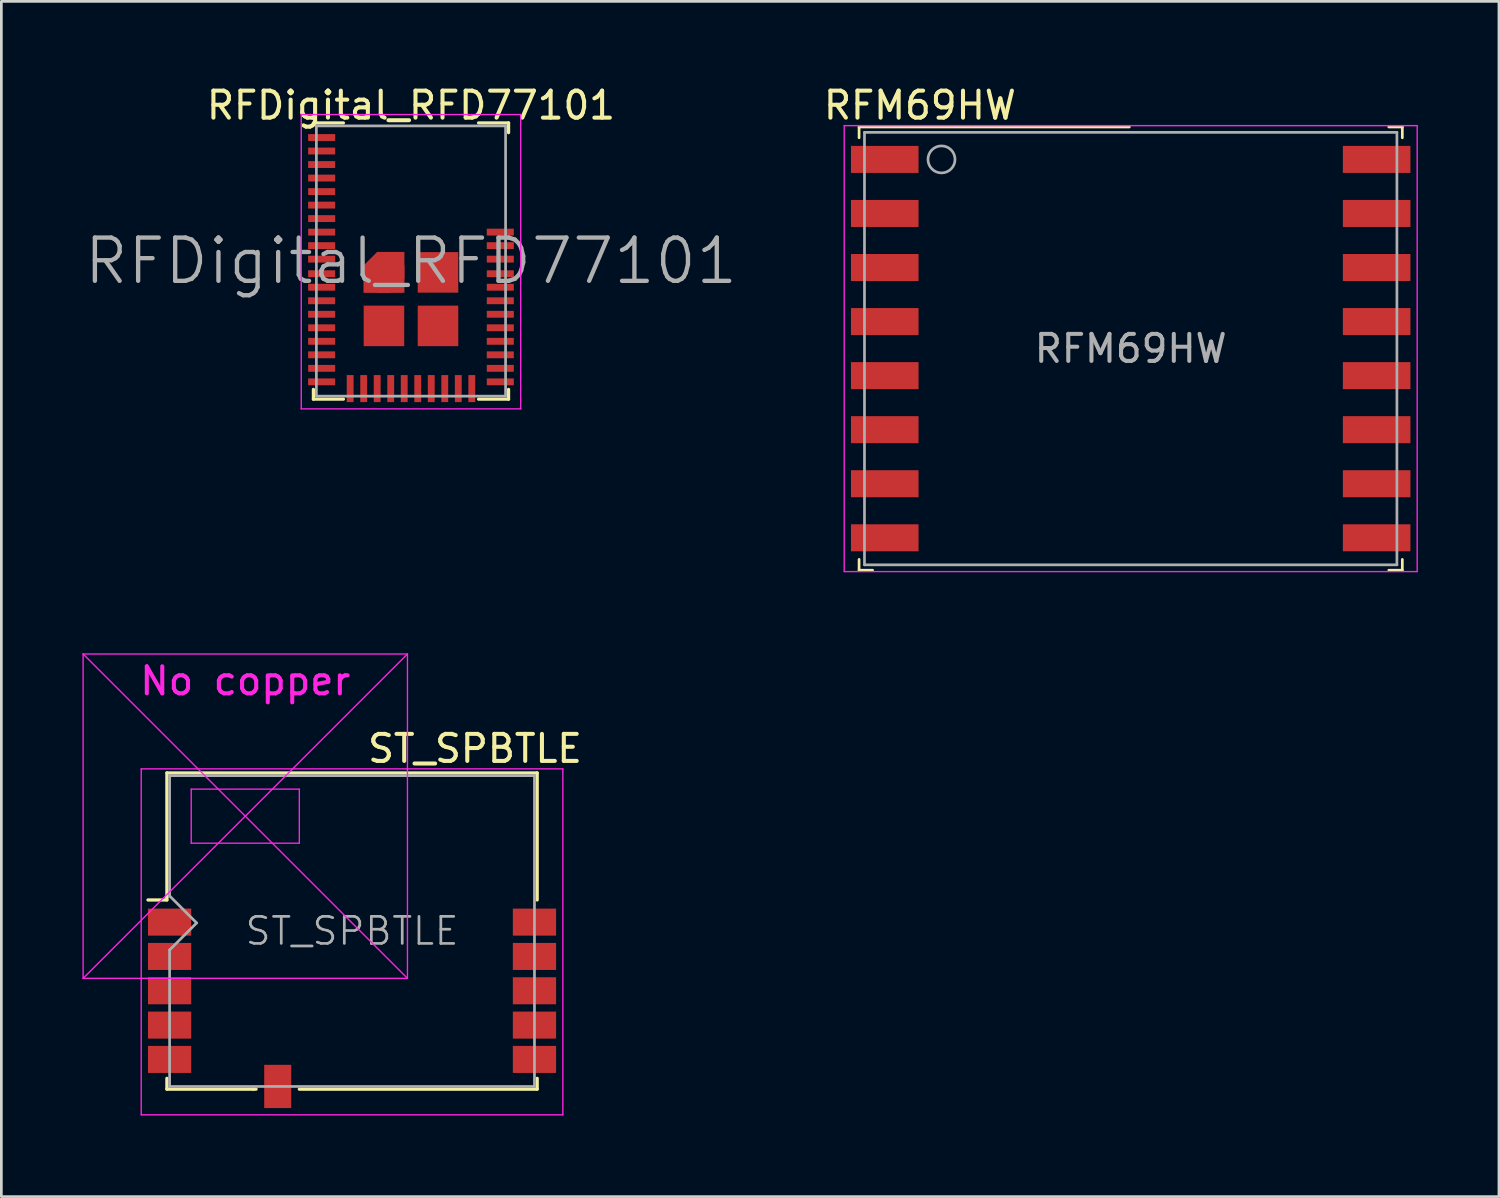
<source format=kicad_pcb>
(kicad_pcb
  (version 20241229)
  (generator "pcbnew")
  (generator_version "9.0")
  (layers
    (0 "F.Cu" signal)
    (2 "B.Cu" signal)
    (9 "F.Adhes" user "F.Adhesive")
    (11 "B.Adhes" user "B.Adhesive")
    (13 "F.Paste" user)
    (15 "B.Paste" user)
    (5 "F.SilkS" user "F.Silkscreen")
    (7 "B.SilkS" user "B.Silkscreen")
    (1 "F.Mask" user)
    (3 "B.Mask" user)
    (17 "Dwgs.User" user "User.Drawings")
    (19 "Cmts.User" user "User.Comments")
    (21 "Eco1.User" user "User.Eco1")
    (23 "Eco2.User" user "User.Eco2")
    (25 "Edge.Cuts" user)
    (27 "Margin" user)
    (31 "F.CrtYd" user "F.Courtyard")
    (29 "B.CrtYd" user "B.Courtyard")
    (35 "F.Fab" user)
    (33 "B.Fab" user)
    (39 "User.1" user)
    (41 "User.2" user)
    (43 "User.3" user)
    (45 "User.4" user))
  (footprint "ST_SPBTLE"
    (layer "F.Cu")
    (at 9.975 31.398)
    (property "Reference" "ST_SPBTLE" (at 4.55 -6.75 0) (layer "F.SilkS") (effects (font (size 1 1) (thickness 0.15))))
    (attr smd)
    (fp_line (start -6.85 -5.85) (end 6.85 -5.85) (stroke (width 0.12) (type solid)) (layer "F.SilkS"))
    (fp_line (start -6.85 -1.25) (end -6.85 -5.85) (stroke (width 0.12) (type solid)) (layer "F.SilkS"))
    (fp_line (start -6.85 -1.25) (end -6.85 -1.15) (stroke (width 0.12) (type solid)) (layer "F.SilkS"))
    (fp_line (start -6.85 -1.15) (end -7.55 -1.15) (stroke (width 0.12) (type solid)) (layer "F.SilkS"))
    (fp_line (start -6.85 5.45) (end -6.85 5.85) (stroke (width 0.12) (type solid)) (layer "F.SilkS"))
    (fp_line (start -6.85 5.85) (end -3.65 5.85) (stroke (width 0.12) (type solid)) (layer "F.SilkS"))
    (fp_line (start -3.65 5.85) (end -3.55 5.85) (stroke (width 0.12) (type solid)) (layer "F.SilkS"))
    (fp_line (start -1.95 5.85) (end 6.85 5.85) (stroke (width 0.12) (type solid)) (layer "F.SilkS"))
    (fp_line (start 6.85 -5.85) (end 6.85 -1.15) (stroke (width 0.12) (type solid)) (layer "F.SilkS"))
    (fp_line (start 6.85 5.85) (end 6.85 5.45) (stroke (width 0.12) (type solid)) (layer "F.SilkS"))
    (fp_line (start -9.95 -10.25) (end 2.05 1.75) (stroke (width 0.05) (type solid)) (layer "F.CrtYd"))
    (fp_line (start -9.95 1.75) (end -9.95 -10.25) (stroke (width 0.05) (type solid)) (layer "F.CrtYd"))
    (fp_line (start -7.8 6.8) (end -7.8 -6) (stroke (width 0.05) (type solid)) (layer "F.CrtYd"))
    (fp_line (start -7.8 6.8) (end 7.8 6.8) (stroke (width 0.05) (type solid)) (layer "F.CrtYd"))
    (fp_line (start -5.95 -5.25) (end -1.95 -5.25) (stroke (width 0.05) (type solid)) (layer "F.CrtYd"))
    (fp_line (start -5.95 -3.25) (end -5.95 -5.25) (stroke (width 0.05) (type solid)) (layer "F.CrtYd"))
    (fp_line (start -1.95 -5.25) (end -1.95 -3.25) (stroke (width 0.05) (type solid)) (layer "F.CrtYd"))
    (fp_line (start -1.95 -3.25) (end -5.95 -3.25) (stroke (width 0.05) (type solid)) (layer "F.CrtYd"))
    (fp_line (start 2.05 -10.25) (end -9.95 -10.25) (stroke (width 0.05) (type solid)) (layer "F.CrtYd"))
    (fp_line (start 2.05 -10.25) (end -9.95 1.75) (stroke (width 0.05) (type solid)) (layer "F.CrtYd"))
    (fp_line (start 2.05 -10.25) (end 2.05 1.75) (stroke (width 0.05) (type solid)) (layer "F.CrtYd"))
    (fp_line (start 2.05 1.75) (end -9.95 1.75) (stroke (width 0.05) (type solid)) (layer "F.CrtYd"))
    (fp_line (start 7.8 -6) (end -7.8 -6) (stroke (width 0.05) (type solid)) (layer "F.CrtYd"))
    (fp_line (start 7.8 -6) (end 7.8 6.8) (stroke (width 0.05) (type solid)) (layer "F.CrtYd"))
    (fp_line (start -6.75 -5.75) (end -6.75 -1.3) (stroke (width 0.1) (type solid)) (layer "F.Fab"))
    (fp_line (start -6.75 0.7) (end -6.75 5.75) (stroke (width 0.1) (type solid)) (layer "F.Fab"))
    (fp_line (start -6.75 0.7) (end -5.75 -0.3) (stroke (width 0.1) (type solid)) (layer "F.Fab"))
    (fp_line (start -6.75 5.75) (end 6.75 5.75) (stroke (width 0.1) (type solid)) (layer "F.Fab"))
    (fp_line (start -5.75 -0.3) (end -6.75 -1.3) (stroke (width 0.1) (type solid)) (layer "F.Fab"))
    (fp_line (start 6.75 -5.75) (end -6.75 -5.75) (stroke (width 0.1) (type solid)) (layer "F.Fab"))
    (fp_line (start 6.75 5.75) (end 6.75 -5.75) (stroke (width 0.1) (type solid)) (layer "F.Fab"))
    (fp_text user "No copper" (at -3.95 -9.25 0) (layer "F.CrtYd") (effects (font (size 1 1) (thickness 0.15))))
    (fp_text user "${REFERENCE}" (at 0 0 0) (layer "F.Fab") (effects (font (size 1 1) (thickness 0.1))))
    (pad "1" smd rect (at -6.75 -0.33) (size 1.6 1) (layers "F.Cu" "F.Mask" "F.Paste"))
    (pad "2" smd rect (at -6.75 0.94) (size 1.6 1) (layers "F.Cu" "F.Mask" "F.Paste"))
    (pad "3" smd rect (at -6.75 2.21) (size 1.6 1) (layers "F.Cu" "F.Mask" "F.Paste"))
    (pad "4" smd rect (at -6.75 3.48) (size 1.6 1) (layers "F.Cu" "F.Mask" "F.Paste"))
    (pad "5" smd rect (at -6.75 4.75) (size 1.6 1) (layers "F.Cu" "F.Mask" "F.Paste"))
    (pad "6" smd rect (at -2.75 5.75 90) (size 1.6 1) (layers "F.Cu" "F.Mask" "F.Paste"))
    (pad "7" smd rect (at 6.75 4.75) (size 1.6 1) (layers "F.Cu" "F.Mask" "F.Paste"))
    (pad "8" smd rect (at 6.75 3.48) (size 1.6 1) (layers "F.Cu" "F.Mask" "F.Paste"))
    (pad "9" smd rect (at 6.75 2.21) (size 1.6 1) (layers "F.Cu" "F.Mask" "F.Paste"))
    (pad "10" smd rect (at 6.75 0.94) (size 1.6 1) (layers "F.Cu" "F.Mask" "F.Paste"))
    (pad "11" smd rect (at 6.75 -0.33) (size 1.6 1) (layers "F.Cu" "F.Mask" "F.Paste")))
  (footprint "RFM69HW"
    (layer "F.Cu")
    (at 38.785 9.848)
    (property "Reference" "RFM69HW" (at -7.8 -9 0) (layer "F.SilkS") (effects (font (size 1 1) (thickness 0.15))))
    (attr smd)
    (fp_line (start -10.05 -8.2) (end -10.05 -7.8) (stroke (width 0.1) (type solid)) (layer "F.SilkS"))
    (fp_line (start -10.05 -8.2) (end -0.05 -8.2) (stroke (width 0.1) (type solid)) (layer "F.SilkS"))
    (fp_line (start -10.05 7.8) (end -10.05 8.2) (stroke (width 0.1) (type solid)) (layer "F.SilkS"))
    (fp_line (start -10.05 8.2) (end -9.55 8.2) (stroke (width 0.1) (type solid)) (layer "F.SilkS"))
    (fp_line (start 9.55 -8.2) (end 10.05 -8.2) (stroke (width 0.1) (type solid)) (layer "F.SilkS"))
    (fp_line (start 9.55 8.2) (end 10.05 8.2) (stroke (width 0.1) (type solid)) (layer "F.SilkS"))
    (fp_line (start 10.05 -8.2) (end 10.05 -7.8) (stroke (width 0.1) (type solid)) (layer "F.SilkS"))
    (fp_line (start 10.05 7.8) (end 10.05 8.2) (stroke (width 0.1) (type solid)) (layer "F.SilkS"))
    (fp_line (start -10.6 -8.25) (end 10.6 -8.25) (stroke (width 0.05) (type solid)) (layer "F.CrtYd"))
    (fp_line (start -10.6 8.25) (end -10.6 -8.25) (stroke (width 0.05) (type solid)) (layer "F.CrtYd"))
    (fp_line (start 10.6 -8.25) (end 10.6 8.25) (stroke (width 0.05) (type solid)) (layer "F.CrtYd"))
    (fp_line (start 10.6 8.25) (end -10.6 8.25) (stroke (width 0.05) (type solid)) (layer "F.CrtYd"))
    (fp_line (start -9.85 -8) (end 9.85 -8) (stroke (width 0.1) (type solid)) (layer "F.Fab"))
    (fp_line (start -9.85 8) (end -9.85 -8) (stroke (width 0.1) (type solid)) (layer "F.Fab"))
    (fp_line (start 9.85 -8) (end 9.85 8) (stroke (width 0.1) (type solid)) (layer "F.Fab"))
    (fp_line (start 9.85 8) (end -9.85 8) (stroke (width 0.1) (type solid)) (layer "F.Fab"))
    (fp_circle (center -7 -7) (end -7.5 -7) (stroke (width 0.1) (type solid)) (fill no) (layer "F.Fab"))
    (fp_text user "${REFERENCE}" (at 0 0 0) (layer "F.Fab") (effects (font (size 1 1) (thickness 0.15))))
    (pad "1" smd rect (at -9.1 -7) (size 2.5 1) (layers "F.Cu" "F.Mask" "F.Paste"))
    (pad "2" smd rect (at -9.1 -5) (size 2.5 1) (layers "F.Cu" "F.Mask" "F.Paste"))
    (pad "3" smd rect (at -9.1 -3) (size 2.5 1) (layers "F.Cu" "F.Mask" "F.Paste"))
    (pad "4" smd rect (at -9.1 -1) (size 2.5 1) (layers "F.Cu" "F.Mask" "F.Paste"))
    (pad "5" smd rect (at -9.1 1) (size 2.5 1) (layers "F.Cu" "F.Mask" "F.Paste"))
    (pad "6" smd rect (at -9.1 3) (size 2.5 1) (layers "F.Cu" "F.Mask" "F.Paste"))
    (pad "7" smd rect (at -9.1 5) (size 2.5 1) (layers "F.Cu" "F.Mask" "F.Paste"))
    (pad "8" smd rect (at -9.1 7) (size 2.5 1) (layers "F.Cu" "F.Mask" "F.Paste"))
    (pad "9" smd rect (at 9.1 7) (size 2.5 1) (layers "F.Cu" "F.Mask" "F.Paste"))
    (pad "10" smd rect (at 9.1 5) (size 2.5 1) (layers "F.Cu" "F.Mask" "F.Paste"))
    (pad "11" smd rect (at 9.1 3) (size 2.5 1) (layers "F.Cu" "F.Mask" "F.Paste"))
    (pad "12" smd rect (at 9.1 1) (size 2.5 1) (layers "F.Cu" "F.Mask" "F.Paste"))
    (pad "13" smd rect (at 9.1 -1) (size 2.5 1) (layers "F.Cu" "F.Mask" "F.Paste"))
    (pad "14" smd rect (at 9.1 -3) (size 2.5 1) (layers "F.Cu" "F.Mask" "F.Paste"))
    (pad "15" smd rect (at 9.1 -5) (size 2.5 1) (layers "F.Cu" "F.Mask" "F.Paste"))
    (pad "16" smd rect (at 9.1 -7) (size 2.5 1) (layers "F.Cu" "F.Mask" "F.Paste")))
  (footprint "RFDigital_RFD77101"
    (layer "F.Cu")
    (at 12.156 6.608)
    (property "Reference" "RFDigital_RFD77101" (at 0 -5.76 0) (layer "F.SilkS") (effects (font (size 1 1) (thickness 0.15))))
    (attr smd)
    (fp_line (start -3.61 -5.11) (end -2.5 -5.11) (stroke (width 0.12) (type solid)) (layer "F.SilkS"))
    (fp_line (start -3.61 4.75) (end -3.61 5.11) (stroke (width 0.12) (type solid)) (layer "F.SilkS"))
    (fp_line (start -3.61 5.11) (end -2.5 5.11) (stroke (width 0.12) (type solid)) (layer "F.SilkS"))
    (fp_line (start 3.61 -5.11) (end 2.5 -5.11) (stroke (width 0.12) (type solid)) (layer "F.SilkS"))
    (fp_line (start 3.61 -4.75) (end 3.61 -5.11) (stroke (width 0.12) (type solid)) (layer "F.SilkS"))
    (fp_line (start 3.61 4.75) (end 3.61 5.11) (stroke (width 0.12) (type solid)) (layer "F.SilkS"))
    (fp_line (start 3.61 5.11) (end 2.5 5.11) (stroke (width 0.12) (type solid)) (layer "F.SilkS"))
    (fp_line (start -4.06 -5.42) (end -4.06 5.47) (stroke (width 0.05) (type solid)) (layer "F.CrtYd"))
    (fp_line (start -4.06 5.47) (end 4.06 5.47) (stroke (width 0.05) (type solid)) (layer "F.CrtYd"))
    (fp_line (start 4.06 -5.42) (end -4.06 -5.42) (stroke (width 0.05) (type solid)) (layer "F.CrtYd"))
    (fp_line (start 4.06 5.47) (end 4.06 -5.42) (stroke (width 0.05) (type solid)) (layer "F.CrtYd"))
    (fp_line (start -3.5 -5) (end -3.5 5) (stroke (width 0.1) (type solid)) (layer "F.Fab"))
    (fp_line (start -3.5 5) (end 3.5 5) (stroke (width 0.1) (type solid)) (layer "F.Fab"))
    (fp_line (start 3.5 -5) (end -3.5 -5) (stroke (width 0.1) (type solid)) (layer "F.Fab"))
    (fp_line (start 3.5 5) (end 3.5 -5) (stroke (width 0.1) (type solid)) (layer "F.Fab"))
    (fp_text user "${REFERENCE}" (at 0 0 0) (layer "F.Fab") (effects (font (size 1.6 1.6) (thickness 0.16))))
    (pad "1" smd rect (at -3.305 -4.57) (size 1 0.254) (layers "F.Cu" "F.Mask" "F.Paste"))
    (pad "2" smd rect (at -3.305 -4.07) (size 1 0.254) (layers "F.Cu" "F.Mask" "F.Paste"))
    (pad "3" smd rect (at -3.305 -3.57) (size 1 0.254) (layers "F.Cu" "F.Mask" "F.Paste"))
    (pad "4" smd rect (at -3.305 -3.07) (size 1 0.254) (layers "F.Cu" "F.Mask" "F.Paste"))
    (pad "5" smd rect (at -3.305 -2.57) (size 1 0.254) (layers "F.Cu" "F.Mask" "F.Paste"))
    (pad "6" smd rect (at -3.305 -2.07) (size 1 0.254) (layers "F.Cu" "F.Mask" "F.Paste"))
    (pad "7" smd rect (at -3.305 -1.57) (size 1 0.254) (layers "F.Cu" "F.Mask" "F.Paste"))
    (pad "8" smd rect (at -3.305 -1.07) (size 1 0.254) (layers "F.Cu" "F.Mask" "F.Paste"))
    (pad "9" smd rect (at -3.305 -0.57) (size 1 0.254) (layers "F.Cu" "F.Mask" "F.Paste"))
    (pad "10" smd rect (at -3.305 -0.07) (size 1 0.254) (layers "F.Cu" "F.Mask" "F.Paste"))
    (pad "11" smd rect (at -3.305 0.47) (size 1 0.254) (layers "F.Cu" "F.Mask" "F.Paste"))
    (pad "12" smd rect (at -3.305 0.97) (size 1 0.254) (layers "F.Cu" "F.Mask" "F.Paste"))
    (pad "13" smd rect (at -3.305 1.47) (size 1 0.254) (layers "F.Cu" "F.Mask" "F.Paste"))
    (pad "14" smd rect (at -3.305 1.97) (size 1 0.254) (layers "F.Cu" "F.Mask" "F.Paste"))
    (pad "15" smd rect (at -3.305 2.47) (size 1 0.254) (layers "F.Cu" "F.Mask" "F.Paste"))
    (pad "16" smd rect (at -3.305 2.97) (size 1 0.254) (layers "F.Cu" "F.Mask" "F.Paste"))
    (pad "17" smd rect (at -3.305 3.47) (size 1 0.254) (layers "F.Cu" "F.Mask" "F.Paste"))
    (pad "18" smd rect (at -3.305 3.97) (size 1 0.254) (layers "F.Cu" "F.Mask" "F.Paste"))
    (pad "19" smd rect (at -3.305 4.47) (size 1 0.254) (layers "F.Cu" "F.Mask" "F.Paste"))
    (pad "20" smd rect (at -2.25 4.72 90) (size 1 0.254) (layers "F.Cu" "F.Mask" "F.Paste"))
    (pad "21" smd rect (at -1.75 4.72 90) (size 1 0.254) (layers "F.Cu" "F.Mask" "F.Paste"))
    (pad "22" smd rect (at -1.25 4.72 90) (size 1 0.254) (layers "F.Cu" "F.Mask" "F.Paste"))
    (pad "23" smd rect (at -0.75 4.72 90) (size 1 0.254) (layers "F.Cu" "F.Mask" "F.Paste"))
    (pad "24" smd rect (at -0.25 4.72 90) (size 1 0.254) (layers "F.Cu" "F.Mask" "F.Paste"))
    (pad "25" smd rect (at 0.25 4.72 90) (size 1 0.254) (layers "F.Cu" "F.Mask" "F.Paste"))
    (pad "26" smd rect (at 0.75 4.72 90) (size 1 0.254) (layers "F.Cu" "F.Mask" "F.Paste"))
    (pad "27" smd rect (at 1.25 4.72 90) (size 1 0.254) (layers "F.Cu" "F.Mask" "F.Paste"))
    (pad "28" smd rect (at 1.75 4.72 90) (size 1 0.254) (layers "F.Cu" "F.Mask" "F.Paste"))
    (pad "29" smd rect (at 2.25 4.72 90) (size 1 0.254) (layers "F.Cu" "F.Mask" "F.Paste"))
    (pad "30" smd rect (at 3.305 4.47) (size 1 0.254) (layers "F.Cu" "F.Mask" "F.Paste"))
    (pad "31" smd rect (at 3.305 3.97) (size 1 0.254) (layers "F.Cu" "F.Mask" "F.Paste"))
    (pad "32" smd rect (at 3.305 3.47) (size 1 0.254) (layers "F.Cu" "F.Mask" "F.Paste"))
    (pad "33" smd rect (at 3.305 2.97) (size 1 0.254) (layers "F.Cu" "F.Mask" "F.Paste"))
    (pad "34" smd rect (at 3.305 2.47) (size 1 0.254) (layers "F.Cu" "F.Mask" "F.Paste"))
    (pad "35" smd rect (at 3.305 1.97) (size 1 0.254) (layers "F.Cu" "F.Mask" "F.Paste"))
    (pad "36" smd rect (at 3.305 1.47) (size 1 0.254) (layers "F.Cu" "F.Mask" "F.Paste"))
    (pad "37" smd rect (at 3.305 0.97) (size 1 0.254) (layers "F.Cu" "F.Mask" "F.Paste"))
    (pad "38" smd rect (at 3.305 0.47) (size 1 0.254) (layers "F.Cu" "F.Mask" "F.Paste"))
    (pad "39" smd rect (at 3.305 -0.07) (size 1 0.254) (layers "F.Cu" "F.Mask" "F.Paste"))
    (pad "40" smd rect (at 3.305 -0.57) (size 1 0.254) (layers "F.Cu" "F.Mask" "F.Paste"))
    (pad "41" smd rect (at 3.305 -1.07) (size 1 0.254) (layers "F.Cu" "F.Mask" "F.Paste"))
    (pad "42" smd rect (at -1.252 0.168 45) (size 0.714 0.714) (layers "F.Cu" "F.Mask" "F.Paste"))
    (pad "42" smd rect (at -1.252 0.672) (size 1.01 1.01) (layers "F.Cu" "F.Mask" "F.Paste"))
    (pad "42" smd rect (at -0.748 0.168) (size 1.01 1.01) (layers "F.Cu" "F.Mask" "F.Paste"))
    (pad "42" smd rect (at -0.748 0.672) (size 1.01 1.01) (layers "F.Cu" "F.Mask" "F.Paste"))
    (pad "43" smd rect (at -1 2.4) (size 1.5 1.5) (layers "F.Cu" "F.Mask" "F.Paste"))
    (pad "44" smd rect (at 1 2.4) (size 1.5 1.5) (layers "F.Cu" "F.Mask" "F.Paste"))
    (pad "45" smd rect (at 1 0.42) (size 1.5 1.5) (layers "F.Cu" "F.Mask" "F.Paste")))
  (gr_rect
    (start -3 -3)
    (end 52.41 41.223)
    (stroke (width 0.1) (type default))
    (fill no)
    (layer "Edge.Cuts")))
</source>
